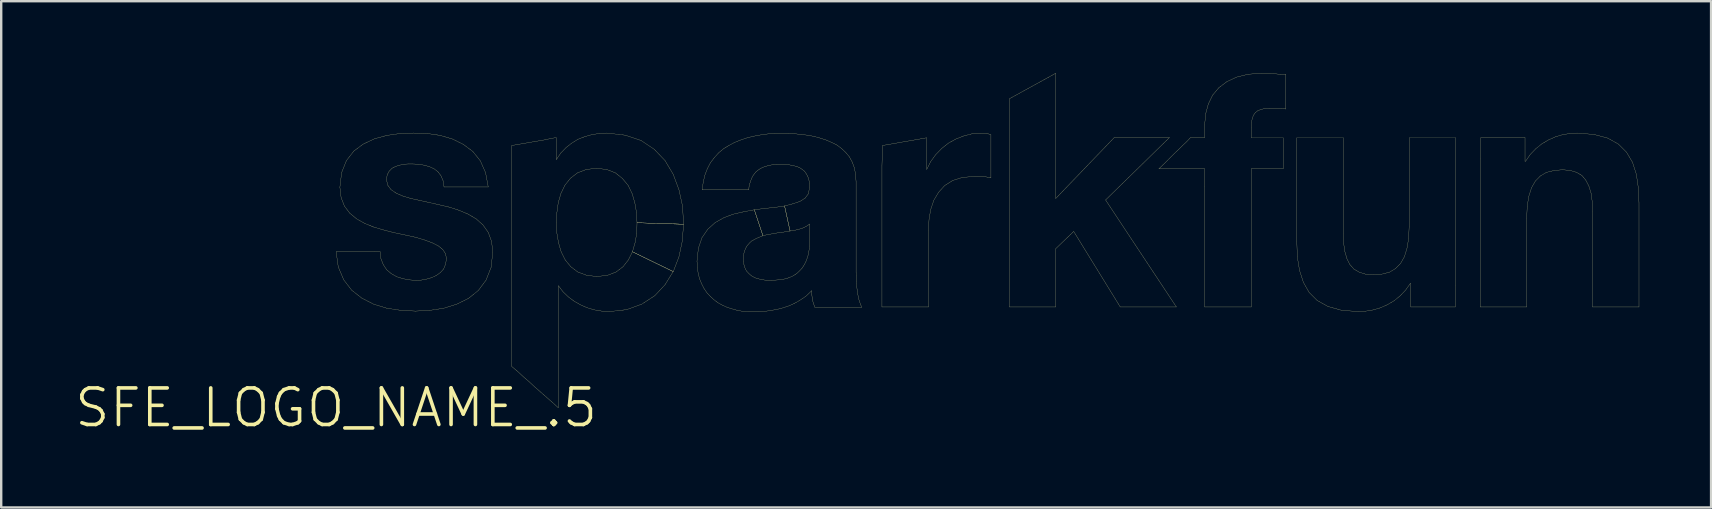
<source format=kicad_pcb>
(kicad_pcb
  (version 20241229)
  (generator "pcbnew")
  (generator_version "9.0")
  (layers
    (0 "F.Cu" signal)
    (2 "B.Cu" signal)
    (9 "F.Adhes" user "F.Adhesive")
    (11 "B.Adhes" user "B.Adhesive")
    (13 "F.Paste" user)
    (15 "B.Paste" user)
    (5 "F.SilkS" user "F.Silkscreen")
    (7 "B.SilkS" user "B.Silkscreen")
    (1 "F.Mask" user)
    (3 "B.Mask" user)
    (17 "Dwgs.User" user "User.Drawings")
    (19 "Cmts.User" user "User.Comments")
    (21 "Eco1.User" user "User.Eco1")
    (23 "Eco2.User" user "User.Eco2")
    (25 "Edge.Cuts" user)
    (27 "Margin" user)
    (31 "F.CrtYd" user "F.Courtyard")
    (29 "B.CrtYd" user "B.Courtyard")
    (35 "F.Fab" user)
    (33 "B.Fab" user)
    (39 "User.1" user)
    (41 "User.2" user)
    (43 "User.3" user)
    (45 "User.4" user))
  (footprint "SFE_LOGO_NAME_.5"
    (layer "F.Cu")
    (at 10.958 13.943)
    (property "Reference" "SFE_LOGO_NAME_.5" (at 0 0 0) (layer "F.SilkS") (effects (font (size 1.524 1.524) (thickness 0.15))))
    (attr exclude_from_pos_files exclude_from_bom)
    (fp_line (start 0 -6.5) (end 1.608 -6.5) (stroke (width 0.008) (type solid)) (layer "F.SilkS"))
    (fp_line (start 0.089 -5.87) (end 0 -6.5) (stroke (width 0.008) (type solid)) (layer "F.SilkS"))
    (fp_line (start 0.157 -9.19) (end 0.229 -9.799) (stroke (width 0.008) (type solid)) (layer "F.SilkS"))
    (fp_line (start 0.208 -8.758) (end 0.157 -9.19) (stroke (width 0.008) (type solid)) (layer "F.SilkS"))
    (fp_line (start 0.229 -9.799) (end 0.429 -10.3) (stroke (width 0.008) (type solid)) (layer "F.SilkS"))
    (fp_line (start 0.318 -5.329) (end 0.089 -5.87) (stroke (width 0.008) (type solid)) (layer "F.SilkS"))
    (fp_line (start 0.348 -8.4) (end 0.208 -8.758) (stroke (width 0.008) (type solid)) (layer "F.SilkS"))
    (fp_line (start 0.429 -10.3) (end 0.739 -10.698) (stroke (width 0.008) (type solid)) (layer "F.SilkS"))
    (fp_line (start 0.569 -8.108) (end 0.348 -8.4) (stroke (width 0.008) (type solid)) (layer "F.SilkS"))
    (fp_line (start 0.648 -4.9) (end 0.318 -5.329) (stroke (width 0.008) (type solid)) (layer "F.SilkS"))
    (fp_line (start 0.739 -10.698) (end 1.128 -10.988) (stroke (width 0.008) (type solid)) (layer "F.SilkS"))
    (fp_line (start 0.859 -7.869) (end 0.569 -8.108) (stroke (width 0.008) (type solid)) (layer "F.SilkS"))
    (fp_line (start 1.069 -4.569) (end 0.648 -4.9) (stroke (width 0.008) (type solid)) (layer "F.SilkS"))
    (fp_line (start 1.128 -10.988) (end 1.598 -11.209) (stroke (width 0.008) (type solid)) (layer "F.SilkS"))
    (fp_line (start 1.199 -7.678) (end 0.859 -7.869) (stroke (width 0.008) (type solid)) (layer "F.SilkS"))
    (fp_line (start 1.56 -4.318) (end 1.069 -4.569) (stroke (width 0.008) (type solid)) (layer "F.SilkS"))
    (fp_line (start 1.57 -7.529) (end 1.199 -7.678) (stroke (width 0.008) (type solid)) (layer "F.SilkS"))
    (fp_line (start 1.598 -11.209) (end 2.108 -11.349) (stroke (width 0.008) (type solid)) (layer "F.SilkS"))
    (fp_line (start 1.608 -6.5) (end 1.839 -6.5) (stroke (width 0.008) (type solid)) (layer "F.SilkS"))
    (fp_line (start 1.839 -6.5) (end 1.869 -6.208) (stroke (width 0.008) (type solid)) (layer "F.SilkS"))
    (fp_line (start 1.869 -6.208) (end 1.968 -5.959) (stroke (width 0.008) (type solid)) (layer "F.SilkS"))
    (fp_line (start 1.968 -5.959) (end 2.108 -5.748) (stroke (width 0.008) (type solid)) (layer "F.SilkS"))
    (fp_line (start 1.979 -7.409) (end 1.57 -7.529) (stroke (width 0.008) (type solid)) (layer "F.SilkS"))
    (fp_line (start 2.098 -9.51) (end 2.149 -9.279) (stroke (width 0.008) (type solid)) (layer "F.SilkS"))
    (fp_line (start 2.108 -11.349) (end 2.67 -11.43) (stroke (width 0.008) (type solid)) (layer "F.SilkS"))
    (fp_line (start 2.108 -5.748) (end 2.299 -5.588) (stroke (width 0.008) (type solid)) (layer "F.SilkS"))
    (fp_line (start 2.108 -4.148) (end 1.56 -4.318) (stroke (width 0.008) (type solid)) (layer "F.SilkS"))
    (fp_line (start 2.129 -9.708) (end 2.098 -9.51) (stroke (width 0.008) (type solid)) (layer "F.SilkS"))
    (fp_line (start 2.149 -9.279) (end 2.289 -9.088) (stroke (width 0.008) (type solid)) (layer "F.SilkS"))
    (fp_line (start 2.21 -9.858) (end 2.129 -9.708) (stroke (width 0.008) (type solid)) (layer "F.SilkS"))
    (fp_line (start 2.289 -9.088) (end 2.51 -8.938) (stroke (width 0.008) (type solid)) (layer "F.SilkS"))
    (fp_line (start 2.299 -5.588) (end 2.53 -5.458) (stroke (width 0.008) (type solid)) (layer "F.SilkS"))
    (fp_line (start 2.329 -9.98) (end 2.21 -9.858) (stroke (width 0.008) (type solid)) (layer "F.SilkS"))
    (fp_line (start 2.398 -7.3) (end 1.979 -7.409) (stroke (width 0.008) (type solid)) (layer "F.SilkS"))
    (fp_line (start 2.479 -10.058) (end 2.329 -9.98) (stroke (width 0.008) (type solid)) (layer "F.SilkS"))
    (fp_line (start 2.51 -8.938) (end 2.789 -8.819) (stroke (width 0.008) (type solid)) (layer "F.SilkS"))
    (fp_line (start 2.53 -5.458) (end 2.779 -5.38) (stroke (width 0.008) (type solid)) (layer "F.SilkS"))
    (fp_line (start 2.649 -10.109) (end 2.479 -10.058) (stroke (width 0.008) (type solid)) (layer "F.SilkS"))
    (fp_line (start 2.67 -11.43) (end 3.228 -11.448) (stroke (width 0.008) (type solid)) (layer "F.SilkS"))
    (fp_line (start 2.697 -4.059) (end 2.108 -4.148) (stroke (width 0.008) (type solid)) (layer "F.SilkS"))
    (fp_line (start 2.779 -5.38) (end 3.048 -5.329) (stroke (width 0.008) (type solid)) (layer "F.SilkS"))
    (fp_line (start 2.789 -8.819) (end 3.119 -8.72) (stroke (width 0.008) (type solid)) (layer "F.SilkS"))
    (fp_line (start 2.83 -10.15) (end 2.649 -10.109) (stroke (width 0.008) (type solid)) (layer "F.SilkS"))
    (fp_line (start 2.888 -7.198) (end 2.398 -7.3) (stroke (width 0.008) (type solid)) (layer "F.SilkS"))
    (fp_line (start 3.01 -10.16) (end 2.83 -10.15) (stroke (width 0.008) (type solid)) (layer "F.SilkS"))
    (fp_line (start 3.048 -5.329) (end 3.33 -5.309) (stroke (width 0.008) (type solid)) (layer "F.SilkS"))
    (fp_line (start 3.119 -8.72) (end 3.49 -8.639) (stroke (width 0.008) (type solid)) (layer "F.SilkS"))
    (fp_line (start 3.178 -10.16) (end 3.01 -10.16) (stroke (width 0.008) (type solid)) (layer "F.SilkS"))
    (fp_line (start 3.228 -11.448) (end 3.8 -11.43) (stroke (width 0.008) (type solid)) (layer "F.SilkS"))
    (fp_line (start 3.31 -4.028) (end 2.697 -4.059) (stroke (width 0.008) (type solid)) (layer "F.SilkS"))
    (fp_line (start 3.33 -7.099) (end 2.888 -7.198) (stroke (width 0.008) (type solid)) (layer "F.SilkS"))
    (fp_line (start 3.33 -5.309) (end 3.538 -5.319) (stroke (width 0.008) (type solid)) (layer "F.SilkS"))
    (fp_line (start 3.429 -10.15) (end 3.178 -10.16) (stroke (width 0.008) (type solid)) (layer "F.SilkS"))
    (fp_line (start 3.49 -8.639) (end 3.889 -8.55) (stroke (width 0.008) (type solid)) (layer "F.SilkS"))
    (fp_line (start 3.538 -5.319) (end 3.759 -5.359) (stroke (width 0.008) (type solid)) (layer "F.SilkS"))
    (fp_line (start 3.668 -10.109) (end 3.429 -10.15) (stroke (width 0.008) (type solid)) (layer "F.SilkS"))
    (fp_line (start 3.698 -6.988) (end 3.33 -7.099) (stroke (width 0.008) (type solid)) (layer "F.SilkS"))
    (fp_line (start 3.759 -5.359) (end 3.967 -5.418) (stroke (width 0.008) (type solid)) (layer "F.SilkS"))
    (fp_line (start 3.8 -11.43) (end 4.338 -11.349) (stroke (width 0.008) (type solid)) (layer "F.SilkS"))
    (fp_line (start 3.889 -10.048) (end 3.668 -10.109) (stroke (width 0.008) (type solid)) (layer "F.SilkS"))
    (fp_line (start 3.889 -8.55) (end 4.298 -8.458) (stroke (width 0.008) (type solid)) (layer "F.SilkS"))
    (fp_line (start 3.909 -4.059) (end 3.31 -4.028) (stroke (width 0.008) (type solid)) (layer "F.SilkS"))
    (fp_line (start 3.967 -5.418) (end 4.168 -5.509) (stroke (width 0.008) (type solid)) (layer "F.SilkS"))
    (fp_line (start 4.018 -6.868) (end 3.698 -6.988) (stroke (width 0.008) (type solid)) (layer "F.SilkS"))
    (fp_line (start 4.079 -9.959) (end 3.889 -10.048) (stroke (width 0.008) (type solid)) (layer "F.SilkS"))
    (fp_line (start 4.168 -5.509) (end 4.338 -5.629) (stroke (width 0.008) (type solid)) (layer "F.SilkS"))
    (fp_line (start 4.239 -9.84) (end 4.079 -9.959) (stroke (width 0.008) (type solid)) (layer "F.SilkS"))
    (fp_line (start 4.27 -6.739) (end 4.018 -6.868) (stroke (width 0.008) (type solid)) (layer "F.SilkS"))
    (fp_line (start 4.298 -8.458) (end 4.719 -8.359) (stroke (width 0.008) (type solid)) (layer "F.SilkS"))
    (fp_line (start 4.338 -11.349) (end 4.849 -11.199) (stroke (width 0.008) (type solid)) (layer "F.SilkS"))
    (fp_line (start 4.338 -5.629) (end 4.478 -5.779) (stroke (width 0.008) (type solid)) (layer "F.SilkS"))
    (fp_line (start 4.369 -9.67) (end 4.239 -9.84) (stroke (width 0.008) (type solid)) (layer "F.SilkS"))
    (fp_line (start 4.448 -6.589) (end 4.27 -6.739) (stroke (width 0.008) (type solid)) (layer "F.SilkS"))
    (fp_line (start 4.458 -9.459) (end 4.369 -9.67) (stroke (width 0.008) (type solid)) (layer "F.SilkS"))
    (fp_line (start 4.478 -5.779) (end 4.559 -5.979) (stroke (width 0.008) (type solid)) (layer "F.SilkS"))
    (fp_line (start 4.488 -4.148) (end 3.909 -4.059) (stroke (width 0.008) (type solid)) (layer "F.SilkS"))
    (fp_line (start 4.498 -9.2) (end 4.458 -9.459) (stroke (width 0.008) (type solid)) (layer "F.SilkS"))
    (fp_line (start 4.559 -6.419) (end 4.448 -6.589) (stroke (width 0.008) (type solid)) (layer "F.SilkS"))
    (fp_line (start 4.559 -5.979) (end 4.6 -6.208) (stroke (width 0.008) (type solid)) (layer "F.SilkS"))
    (fp_line (start 4.6 -6.208) (end 4.559 -6.419) (stroke (width 0.008) (type solid)) (layer "F.SilkS"))
    (fp_line (start 4.719 -8.359) (end 5.118 -8.23) (stroke (width 0.008) (type solid)) (layer "F.SilkS"))
    (fp_line (start 4.849 -11.199) (end 5.298 -10.978) (stroke (width 0.008) (type solid)) (layer "F.SilkS"))
    (fp_line (start 5.029 -4.318) (end 4.488 -4.148) (stroke (width 0.008) (type solid)) (layer "F.SilkS"))
    (fp_line (start 5.118 -8.23) (end 5.499 -8.07) (stroke (width 0.008) (type solid)) (layer "F.SilkS"))
    (fp_line (start 5.298 -10.978) (end 5.7 -10.678) (stroke (width 0.008) (type solid)) (layer "F.SilkS"))
    (fp_line (start 5.499 -8.07) (end 5.839 -7.869) (stroke (width 0.008) (type solid)) (layer "F.SilkS"))
    (fp_line (start 5.519 -4.559) (end 5.029 -4.318) (stroke (width 0.008) (type solid)) (layer "F.SilkS"))
    (fp_line (start 5.7 -10.678) (end 6.01 -10.29) (stroke (width 0.008) (type solid)) (layer "F.SilkS"))
    (fp_line (start 5.839 -7.869) (end 6.119 -7.62) (stroke (width 0.008) (type solid)) (layer "F.SilkS"))
    (fp_line (start 5.928 -4.889) (end 5.519 -4.559) (stroke (width 0.008) (type solid)) (layer "F.SilkS"))
    (fp_line (start 6.01 -10.29) (end 6.228 -9.799) (stroke (width 0.008) (type solid)) (layer "F.SilkS"))
    (fp_line (start 6.119 -7.62) (end 6.34 -7.308) (stroke (width 0.008) (type solid)) (layer "F.SilkS"))
    (fp_line (start 6.228 -9.799) (end 6.34 -9.2) (stroke (width 0.008) (type solid)) (layer "F.SilkS"))
    (fp_line (start 6.248 -5.319) (end 5.928 -4.889) (stroke (width 0.008) (type solid)) (layer "F.SilkS"))
    (fp_line (start 6.34 -9.2) (end 4.498 -9.2) (stroke (width 0.008) (type solid)) (layer "F.SilkS"))
    (fp_line (start 6.34 -7.308) (end 6.48 -6.929) (stroke (width 0.008) (type solid)) (layer "F.SilkS"))
    (fp_line (start 6.459 -5.85) (end 6.248 -5.319) (stroke (width 0.008) (type solid)) (layer "F.SilkS"))
    (fp_line (start 6.48 -6.929) (end 6.528 -6.48) (stroke (width 0.008) (type solid)) (layer "F.SilkS"))
    (fp_line (start 6.528 -6.48) (end 6.459 -5.85) (stroke (width 0.008) (type solid)) (layer "F.SilkS"))
    (fp_line (start 7.318 -10.93) (end 7.549 -10.968) (stroke (width 0.008) (type solid)) (layer "F.SilkS"))
    (fp_line (start 7.318 -1.72) (end 7.318 -10.93) (stroke (width 0.008) (type solid)) (layer "F.SilkS"))
    (fp_line (start 7.549 -10.968) (end 7.777 -11.008) (stroke (width 0.008) (type solid)) (layer "F.SilkS"))
    (fp_line (start 7.569 -1.509) (end 7.318 -1.72) (stroke (width 0.008) (type solid)) (layer "F.SilkS"))
    (fp_line (start 7.777 -11.008) (end 8.019 -11.049) (stroke (width 0.008) (type solid)) (layer "F.SilkS"))
    (fp_line (start 7.808 -1.288) (end 7.569 -1.509) (stroke (width 0.008) (type solid)) (layer "F.SilkS"))
    (fp_line (start 8.019 -11.049) (end 8.25 -11.09) (stroke (width 0.008) (type solid)) (layer "F.SilkS"))
    (fp_line (start 8.049 -1.079) (end 7.808 -1.288) (stroke (width 0.008) (type solid)) (layer "F.SilkS"))
    (fp_line (start 8.25 -11.09) (end 8.479 -11.128) (stroke (width 0.008) (type solid)) (layer "F.SilkS"))
    (fp_line (start 8.288 -0.859) (end 8.049 -1.079) (stroke (width 0.008) (type solid)) (layer "F.SilkS"))
    (fp_line (start 8.479 -11.128) (end 8.71 -11.168) (stroke (width 0.008) (type solid)) (layer "F.SilkS"))
    (fp_line (start 8.529 -0.648) (end 8.288 -0.859) (stroke (width 0.008) (type solid)) (layer "F.SilkS"))
    (fp_line (start 8.71 -11.168) (end 8.938 -11.219) (stroke (width 0.008) (type solid)) (layer "F.SilkS"))
    (fp_line (start 8.778 -0.429) (end 8.529 -0.648) (stroke (width 0.008) (type solid)) (layer "F.SilkS"))
    (fp_line (start 8.938 -11.219) (end 9.169 -11.26) (stroke (width 0.008) (type solid)) (layer "F.SilkS"))
    (fp_line (start 9.02 -0.218) (end 8.778 -0.429) (stroke (width 0.008) (type solid)) (layer "F.SilkS"))
    (fp_line (start 9.169 -11.26) (end 9.169 -10.348) (stroke (width 0.008) (type solid)) (layer "F.SilkS"))
    (fp_line (start 9.169 -10.348) (end 9.18 -10.348) (stroke (width 0.008) (type solid)) (layer "F.SilkS"))
    (fp_line (start 9.18 -10.348) (end 9.368 -10.62) (stroke (width 0.008) (type solid)) (layer "F.SilkS"))
    (fp_line (start 9.18 -7.709) (end 9.2 -7.28) (stroke (width 0.008) (type solid)) (layer "F.SilkS"))
    (fp_line (start 9.2 -8.128) (end 9.18 -7.709) (stroke (width 0.008) (type solid)) (layer "F.SilkS"))
    (fp_line (start 9.2 -7.28) (end 9.268 -6.878) (stroke (width 0.008) (type solid)) (layer "F.SilkS"))
    (fp_line (start 9.258 -8.55) (end 9.2 -8.128) (stroke (width 0.008) (type solid)) (layer "F.SilkS"))
    (fp_line (start 9.258 -5.08) (end 9.258 0) (stroke (width 0.008) (type solid)) (layer "F.SilkS"))
    (fp_line (start 9.258 0) (end 9.02 -0.218) (stroke (width 0.008) (type solid)) (layer "F.SilkS"))
    (fp_line (start 9.268 -6.878) (end 9.378 -6.5) (stroke (width 0.008) (type solid)) (layer "F.SilkS"))
    (fp_line (start 9.268 -5.08) (end 9.258 -5.08) (stroke (width 0.008) (type solid)) (layer "F.SilkS"))
    (fp_line (start 9.368 -10.62) (end 9.588 -10.848) (stroke (width 0.008) (type solid)) (layer "F.SilkS"))
    (fp_line (start 9.368 -8.928) (end 9.258 -8.55) (stroke (width 0.008) (type solid)) (layer "F.SilkS"))
    (fp_line (start 9.378 -6.5) (end 9.548 -6.16) (stroke (width 0.008) (type solid)) (layer "F.SilkS"))
    (fp_line (start 9.459 -4.829) (end 9.268 -5.08) (stroke (width 0.008) (type solid)) (layer "F.SilkS"))
    (fp_line (start 9.538 -9.279) (end 9.368 -8.928) (stroke (width 0.008) (type solid)) (layer "F.SilkS"))
    (fp_line (start 9.548 -6.16) (end 9.779 -5.878) (stroke (width 0.008) (type solid)) (layer "F.SilkS"))
    (fp_line (start 9.588 -10.848) (end 9.82 -11.029) (stroke (width 0.008) (type solid)) (layer "F.SilkS"))
    (fp_line (start 9.68 -4.618) (end 9.459 -4.829) (stroke (width 0.008) (type solid)) (layer "F.SilkS"))
    (fp_line (start 9.769 -9.568) (end 9.538 -9.279) (stroke (width 0.008) (type solid)) (layer "F.SilkS"))
    (fp_line (start 9.779 -5.878) (end 10.069 -5.659) (stroke (width 0.008) (type solid)) (layer "F.SilkS"))
    (fp_line (start 9.82 -11.029) (end 10.079 -11.189) (stroke (width 0.008) (type solid)) (layer "F.SilkS"))
    (fp_line (start 9.919 -4.44) (end 9.68 -4.618) (stroke (width 0.008) (type solid)) (layer "F.SilkS"))
    (fp_line (start 10.058 -9.789) (end 9.769 -9.568) (stroke (width 0.008) (type solid)) (layer "F.SilkS"))
    (fp_line (start 10.069 -5.659) (end 10.439 -5.519) (stroke (width 0.008) (type solid)) (layer "F.SilkS"))
    (fp_line (start 10.079 -11.189) (end 10.358 -11.298) (stroke (width 0.008) (type solid)) (layer "F.SilkS"))
    (fp_line (start 10.188 -4.288) (end 9.919 -4.44) (stroke (width 0.008) (type solid)) (layer "F.SilkS"))
    (fp_line (start 10.358 -11.298) (end 10.648 -11.379) (stroke (width 0.008) (type solid)) (layer "F.SilkS"))
    (fp_line (start 10.419 -9.929) (end 10.058 -9.789) (stroke (width 0.008) (type solid)) (layer "F.SilkS"))
    (fp_line (start 10.439 -5.519) (end 10.869 -5.469) (stroke (width 0.008) (type solid)) (layer "F.SilkS"))
    (fp_line (start 10.46 -4.168) (end 10.188 -4.288) (stroke (width 0.008) (type solid)) (layer "F.SilkS"))
    (fp_line (start 10.648 -11.379) (end 10.958 -11.43) (stroke (width 0.008) (type solid)) (layer "F.SilkS"))
    (fp_line (start 10.759 -4.079) (end 10.46 -4.168) (stroke (width 0.008) (type solid)) (layer "F.SilkS"))
    (fp_line (start 10.848 -9.98) (end 10.419 -9.929) (stroke (width 0.008) (type solid)) (layer "F.SilkS"))
    (fp_line (start 10.869 -5.469) (end 11.308 -5.519) (stroke (width 0.008) (type solid)) (layer "F.SilkS"))
    (fp_line (start 10.958 -11.43) (end 11.278 -11.448) (stroke (width 0.008) (type solid)) (layer "F.SilkS"))
    (fp_line (start 11.069 -4.028) (end 10.759 -4.079) (stroke (width 0.008) (type solid)) (layer "F.SilkS"))
    (fp_line (start 11.278 -11.448) (end 12.05 -11.359) (stroke (width 0.008) (type solid)) (layer "F.SilkS"))
    (fp_line (start 11.278 -9.929) (end 10.848 -9.98) (stroke (width 0.008) (type solid)) (layer "F.SilkS"))
    (fp_line (start 11.308 -5.519) (end 11.669 -5.659) (stroke (width 0.008) (type solid)) (layer "F.SilkS"))
    (fp_line (start 11.389 -4.008) (end 11.069 -4.028) (stroke (width 0.008) (type solid)) (layer "F.SilkS"))
    (fp_line (start 11.638 -9.789) (end 11.278 -9.929) (stroke (width 0.008) (type solid)) (layer "F.SilkS"))
    (fp_line (start 11.669 -5.659) (end 11.958 -5.878) (stroke (width 0.008) (type solid)) (layer "F.SilkS"))
    (fp_line (start 11.928 -9.558) (end 11.638 -9.789) (stroke (width 0.008) (type solid)) (layer "F.SilkS"))
    (fp_line (start 11.958 -5.878) (end 12.179 -6.16) (stroke (width 0.008) (type solid)) (layer "F.SilkS"))
    (fp_line (start 12.05 -11.359) (end 12.708 -11.138) (stroke (width 0.008) (type solid)) (layer "F.SilkS"))
    (fp_line (start 12.108 -4.089) (end 11.389 -4.008) (stroke (width 0.008) (type solid)) (layer "F.SilkS"))
    (fp_line (start 12.169 -9.268) (end 11.928 -9.558) (stroke (width 0.008) (type solid)) (layer "F.SilkS"))
    (fp_line (start 12.179 -6.16) (end 12.349 -6.5) (stroke (width 0.008) (type solid)) (layer "F.SilkS"))
    (fp_line (start 12.339 -8.918) (end 12.169 -9.268) (stroke (width 0.008) (type solid)) (layer "F.SilkS"))
    (fp_line (start 12.349 -6.5) (end 12.459 -6.878) (stroke (width 0.008) (type solid)) (layer "F.SilkS"))
    (fp_line (start 12.349 -6.5) (end 14.049 -5.679) (stroke (width 0.008) (type solid)) (layer "F.SilkS"))
    (fp_line (start 12.449 -8.539) (end 12.339 -8.918) (stroke (width 0.008) (type solid)) (layer "F.SilkS"))
    (fp_line (start 12.459 -6.878) (end 12.53 -7.28) (stroke (width 0.008) (type solid)) (layer "F.SilkS"))
    (fp_line (start 12.52 -8.128) (end 12.449 -8.539) (stroke (width 0.008) (type solid)) (layer "F.SilkS"))
    (fp_line (start 12.53 -7.28) (end 12.54 -7.709) (stroke (width 0.008) (type solid)) (layer "F.SilkS"))
    (fp_line (start 12.54 -7.709) (end 12.52 -8.128) (stroke (width 0.008) (type solid)) (layer "F.SilkS"))
    (fp_line (start 12.54 -7.709) (end 14.478 -7.648) (stroke (width 0.008) (type solid)) (layer "F.SilkS"))
    (fp_line (start 12.708 -11.138) (end 13.259 -10.77) (stroke (width 0.008) (type solid)) (layer "F.SilkS"))
    (fp_line (start 12.738 -4.318) (end 12.108 -4.089) (stroke (width 0.008) (type solid)) (layer "F.SilkS"))
    (fp_line (start 13.259 -10.77) (end 13.708 -10.3) (stroke (width 0.008) (type solid)) (layer "F.SilkS"))
    (fp_line (start 13.279 -4.669) (end 12.738 -4.318) (stroke (width 0.008) (type solid)) (layer "F.SilkS"))
    (fp_line (start 13.708 -10.3) (end 14.049 -9.728) (stroke (width 0.008) (type solid)) (layer "F.SilkS"))
    (fp_line (start 13.708 -5.128) (end 13.279 -4.669) (stroke (width 0.008) (type solid)) (layer "F.SilkS"))
    (fp_line (start 14.049 -9.728) (end 14.287 -9.088) (stroke (width 0.008) (type solid)) (layer "F.SilkS"))
    (fp_line (start 14.049 -5.679) (end 13.708 -5.128) (stroke (width 0.008) (type solid)) (layer "F.SilkS"))
    (fp_line (start 14.049 -5.669) (end 12.349 -6.5) (stroke (width 0.008) (type solid)) (layer "F.SilkS"))
    (fp_line (start 14.287 -9.088) (end 14.44 -8.39) (stroke (width 0.008) (type solid)) (layer "F.SilkS"))
    (fp_line (start 14.287 -6.289) (end 14.049 -5.669) (stroke (width 0.008) (type solid)) (layer "F.SilkS"))
    (fp_line (start 14.43 -6.96) (end 14.287 -6.289) (stroke (width 0.008) (type solid)) (layer "F.SilkS"))
    (fp_line (start 14.44 -8.39) (end 14.478 -7.648) (stroke (width 0.008) (type solid)) (layer "F.SilkS"))
    (fp_line (start 14.478 -7.648) (end 12.54 -7.709) (stroke (width 0.008) (type solid)) (layer "F.SilkS"))
    (fp_line (start 14.478 -7.648) (end 14.43 -6.96) (stroke (width 0.008) (type solid)) (layer "F.SilkS"))
    (fp_line (start 15.039 -6.109) (end 15.098 -6.65) (stroke (width 0.008) (type solid)) (layer "F.SilkS"))
    (fp_line (start 15.06 -5.839) (end 15.039 -6.109) (stroke (width 0.008) (type solid)) (layer "F.SilkS"))
    (fp_line (start 15.088 -5.598) (end 15.06 -5.839) (stroke (width 0.008) (type solid)) (layer "F.SilkS"))
    (fp_line (start 15.098 -6.65) (end 15.248 -7.089) (stroke (width 0.008) (type solid)) (layer "F.SilkS"))
    (fp_line (start 15.149 -5.37) (end 15.088 -5.598) (stroke (width 0.008) (type solid)) (layer "F.SilkS"))
    (fp_line (start 15.23 -5.169) (end 15.149 -5.37) (stroke (width 0.008) (type solid)) (layer "F.SilkS"))
    (fp_line (start 15.248 -7.089) (end 15.489 -7.44) (stroke (width 0.008) (type solid)) (layer "F.SilkS"))
    (fp_line (start 15.258 -9.078) (end 15.298 -9.398) (stroke (width 0.008) (type solid)) (layer "F.SilkS"))
    (fp_line (start 15.298 -9.398) (end 15.37 -9.698) (stroke (width 0.008) (type solid)) (layer "F.SilkS"))
    (fp_line (start 15.329 -4.978) (end 15.23 -5.169) (stroke (width 0.008) (type solid)) (layer "F.SilkS"))
    (fp_line (start 15.37 -9.698) (end 15.469 -9.959) (stroke (width 0.008) (type solid)) (layer "F.SilkS"))
    (fp_line (start 15.448 -4.798) (end 15.329 -4.978) (stroke (width 0.008) (type solid)) (layer "F.SilkS"))
    (fp_line (start 15.469 -9.959) (end 15.598 -10.208) (stroke (width 0.008) (type solid)) (layer "F.SilkS"))
    (fp_line (start 15.489 -7.44) (end 15.799 -7.719) (stroke (width 0.008) (type solid)) (layer "F.SilkS"))
    (fp_line (start 15.588 -4.648) (end 15.448 -4.798) (stroke (width 0.008) (type solid)) (layer "F.SilkS"))
    (fp_line (start 15.598 -10.208) (end 15.758 -10.419) (stroke (width 0.008) (type solid)) (layer "F.SilkS"))
    (fp_line (start 15.738 -4.508) (end 15.588 -4.648) (stroke (width 0.008) (type solid)) (layer "F.SilkS"))
    (fp_line (start 15.758 -10.419) (end 15.938 -10.62) (stroke (width 0.008) (type solid)) (layer "F.SilkS"))
    (fp_line (start 15.799 -7.719) (end 16.159 -7.92) (stroke (width 0.008) (type solid)) (layer "F.SilkS"))
    (fp_line (start 15.908 -4.379) (end 15.738 -4.508) (stroke (width 0.008) (type solid)) (layer "F.SilkS"))
    (fp_line (start 15.938 -10.62) (end 16.139 -10.79) (stroke (width 0.008) (type solid)) (layer "F.SilkS"))
    (fp_line (start 16.088 -4.28) (end 15.908 -4.379) (stroke (width 0.008) (type solid)) (layer "F.SilkS"))
    (fp_line (start 16.139 -10.79) (end 16.368 -10.93) (stroke (width 0.008) (type solid)) (layer "F.SilkS"))
    (fp_line (start 16.159 -7.92) (end 16.558 -8.07) (stroke (width 0.008) (type solid)) (layer "F.SilkS"))
    (fp_line (start 16.289 -4.188) (end 16.088 -4.28) (stroke (width 0.008) (type solid)) (layer "F.SilkS"))
    (fp_line (start 16.368 -10.93) (end 16.609 -11.059) (stroke (width 0.008) (type solid)) (layer "F.SilkS"))
    (fp_line (start 16.5 -4.12) (end 16.289 -4.188) (stroke (width 0.008) (type solid)) (layer "F.SilkS"))
    (fp_line (start 16.558 -8.07) (end 16.988 -8.169) (stroke (width 0.008) (type solid)) (layer "F.SilkS"))
    (fp_line (start 16.609 -11.059) (end 16.858 -11.158) (stroke (width 0.008) (type solid)) (layer "F.SilkS"))
    (fp_line (start 16.718 -4.059) (end 16.5 -4.12) (stroke (width 0.008) (type solid)) (layer "F.SilkS"))
    (fp_line (start 16.858 -11.158) (end 17.13 -11.25) (stroke (width 0.008) (type solid)) (layer "F.SilkS"))
    (fp_line (start 16.949 -4.018) (end 16.718 -4.059) (stroke (width 0.008) (type solid)) (layer "F.SilkS"))
    (fp_line (start 16.98 -6.33) (end 16.98 -6.078) (stroke (width 0.008) (type solid)) (layer "F.SilkS"))
    (fp_line (start 16.98 -6.078) (end 16.998 -5.959) (stroke (width 0.008) (type solid)) (layer "F.SilkS"))
    (fp_line (start 16.988 -8.169) (end 17.429 -8.25) (stroke (width 0.008) (type solid)) (layer "F.SilkS"))
    (fp_line (start 16.998 -6.449) (end 16.98 -6.33) (stroke (width 0.008) (type solid)) (layer "F.SilkS"))
    (fp_line (start 16.998 -5.959) (end 17.028 -5.86) (stroke (width 0.008) (type solid)) (layer "F.SilkS"))
    (fp_line (start 17.028 -6.548) (end 16.998 -6.449) (stroke (width 0.008) (type solid)) (layer "F.SilkS"))
    (fp_line (start 17.028 -5.86) (end 17.069 -5.758) (stroke (width 0.008) (type solid)) (layer "F.SilkS"))
    (fp_line (start 17.069 -6.65) (end 17.028 -6.548) (stroke (width 0.008) (type solid)) (layer "F.SilkS"))
    (fp_line (start 17.069 -5.758) (end 17.12 -5.679) (stroke (width 0.008) (type solid)) (layer "F.SilkS"))
    (fp_line (start 17.12 -6.739) (end 17.069 -6.65) (stroke (width 0.008) (type solid)) (layer "F.SilkS"))
    (fp_line (start 17.12 -5.679) (end 17.188 -5.608) (stroke (width 0.008) (type solid)) (layer "F.SilkS"))
    (fp_line (start 17.13 -11.25) (end 17.409 -11.318) (stroke (width 0.008) (type solid)) (layer "F.SilkS"))
    (fp_line (start 17.178 -6.81) (end 17.12 -6.739) (stroke (width 0.008) (type solid)) (layer "F.SilkS"))
    (fp_line (start 17.188 -5.608) (end 17.259 -5.54) (stroke (width 0.008) (type solid)) (layer "F.SilkS"))
    (fp_line (start 17.198 -9.078) (end 15.258 -9.078) (stroke (width 0.008) (type solid)) (layer "F.SilkS"))
    (fp_line (start 17.198 -3.998) (end 16.949 -4.018) (stroke (width 0.008) (type solid)) (layer "F.SilkS"))
    (fp_line (start 17.209 -9.218) (end 17.198 -9.078) (stroke (width 0.008) (type solid)) (layer "F.SilkS"))
    (fp_line (start 17.239 -9.34) (end 17.209 -9.218) (stroke (width 0.008) (type solid)) (layer "F.SilkS"))
    (fp_line (start 17.249 -6.888) (end 17.178 -6.81) (stroke (width 0.008) (type solid)) (layer "F.SilkS"))
    (fp_line (start 17.259 -5.54) (end 17.328 -5.489) (stroke (width 0.008) (type solid)) (layer "F.SilkS"))
    (fp_line (start 17.28 -9.459) (end 17.239 -9.34) (stroke (width 0.008) (type solid)) (layer "F.SilkS"))
    (fp_line (start 17.318 -9.568) (end 17.28 -9.459) (stroke (width 0.008) (type solid)) (layer "F.SilkS"))
    (fp_line (start 17.318 -6.949) (end 17.249 -6.888) (stroke (width 0.008) (type solid)) (layer "F.SilkS"))
    (fp_line (start 17.328 -5.489) (end 17.419 -5.438) (stroke (width 0.008) (type solid)) (layer "F.SilkS"))
    (fp_line (start 17.369 -9.66) (end 17.318 -9.568) (stroke (width 0.008) (type solid)) (layer "F.SilkS"))
    (fp_line (start 17.409 -11.318) (end 17.689 -11.369) (stroke (width 0.008) (type solid)) (layer "F.SilkS"))
    (fp_line (start 17.409 -6.998) (end 17.318 -6.949) (stroke (width 0.008) (type solid)) (layer "F.SilkS"))
    (fp_line (start 17.419 -5.438) (end 17.508 -5.397) (stroke (width 0.008) (type solid)) (layer "F.SilkS"))
    (fp_line (start 17.429 -9.749) (end 17.369 -9.66) (stroke (width 0.008) (type solid)) (layer "F.SilkS"))
    (fp_line (start 17.429 -8.25) (end 17.788 -7.168) (stroke (width 0.008) (type solid)) (layer "F.SilkS"))
    (fp_line (start 17.429 -8.25) (end 17.869 -8.308) (stroke (width 0.008) (type solid)) (layer "F.SilkS"))
    (fp_line (start 17.498 -9.83) (end 17.429 -9.749) (stroke (width 0.008) (type solid)) (layer "F.SilkS"))
    (fp_line (start 17.498 -7.048) (end 17.409 -6.998) (stroke (width 0.008) (type solid)) (layer "F.SilkS"))
    (fp_line (start 17.508 -5.397) (end 17.61 -5.37) (stroke (width 0.008) (type solid)) (layer "F.SilkS"))
    (fp_line (start 17.579 -9.898) (end 17.498 -9.83) (stroke (width 0.008) (type solid)) (layer "F.SilkS"))
    (fp_line (start 17.59 -7.089) (end 17.498 -7.048) (stroke (width 0.008) (type solid)) (layer "F.SilkS"))
    (fp_line (start 17.61 -5.37) (end 17.709 -5.349) (stroke (width 0.008) (type solid)) (layer "F.SilkS"))
    (fp_line (start 17.61 -3.998) (end 17.198 -3.998) (stroke (width 0.008) (type solid)) (layer "F.SilkS"))
    (fp_line (start 17.668 -9.959) (end 17.579 -9.898) (stroke (width 0.008) (type solid)) (layer "F.SilkS"))
    (fp_line (start 17.689 -11.369) (end 17.978 -11.41) (stroke (width 0.008) (type solid)) (layer "F.SilkS"))
    (fp_line (start 17.689 -7.13) (end 17.59 -7.089) (stroke (width 0.008) (type solid)) (layer "F.SilkS"))
    (fp_line (start 17.709 -5.349) (end 17.818 -5.329) (stroke (width 0.008) (type solid)) (layer "F.SilkS"))
    (fp_line (start 17.76 -10.008) (end 17.668 -9.959) (stroke (width 0.008) (type solid)) (layer "F.SilkS"))
    (fp_line (start 17.77 -4.008) (end 17.61 -3.998) (stroke (width 0.008) (type solid)) (layer "F.SilkS"))
    (fp_line (start 17.788 -7.168) (end 17.429 -8.25) (stroke (width 0.008) (type solid)) (layer "F.SilkS"))
    (fp_line (start 17.788 -7.168) (end 17.689 -7.13) (stroke (width 0.008) (type solid)) (layer "F.SilkS"))
    (fp_line (start 17.818 -5.329) (end 17.93 -5.309) (stroke (width 0.008) (type solid)) (layer "F.SilkS"))
    (fp_line (start 17.859 -10.048) (end 17.76 -10.008) (stroke (width 0.008) (type solid)) (layer "F.SilkS"))
    (fp_line (start 17.869 -8.308) (end 18.288 -8.349) (stroke (width 0.008) (type solid)) (layer "F.SilkS"))
    (fp_line (start 17.899 -7.198) (end 17.788 -7.168) (stroke (width 0.008) (type solid)) (layer "F.SilkS"))
    (fp_line (start 17.93 -5.309) (end 18.158 -5.309) (stroke (width 0.008) (type solid)) (layer "F.SilkS"))
    (fp_line (start 17.937 -4.028) (end 17.77 -4.008) (stroke (width 0.008) (type solid)) (layer "F.SilkS"))
    (fp_line (start 17.968 -10.079) (end 17.859 -10.048) (stroke (width 0.008) (type solid)) (layer "F.SilkS"))
    (fp_line (start 17.978 -11.41) (end 18.278 -11.43) (stroke (width 0.008) (type solid)) (layer "F.SilkS"))
    (fp_line (start 18.009 -7.219) (end 17.899 -7.198) (stroke (width 0.008) (type solid)) (layer "F.SilkS"))
    (fp_line (start 18.09 -10.109) (end 17.968 -10.079) (stroke (width 0.008) (type solid)) (layer "F.SilkS"))
    (fp_line (start 18.098 -4.049) (end 17.937 -4.028) (stroke (width 0.008) (type solid)) (layer "F.SilkS"))
    (fp_line (start 18.118 -7.239) (end 18.009 -7.219) (stroke (width 0.008) (type solid)) (layer "F.SilkS"))
    (fp_line (start 18.158 -5.309) (end 18.428 -5.329) (stroke (width 0.008) (type solid)) (layer "F.SilkS"))
    (fp_line (start 18.209 -10.13) (end 18.09 -10.109) (stroke (width 0.008) (type solid)) (layer "F.SilkS"))
    (fp_line (start 18.23 -7.259) (end 18.118 -7.239) (stroke (width 0.008) (type solid)) (layer "F.SilkS"))
    (fp_line (start 18.258 -4.079) (end 18.098 -4.049) (stroke (width 0.008) (type solid)) (layer "F.SilkS"))
    (fp_line (start 18.278 -11.43) (end 18.839 -11.43) (stroke (width 0.008) (type solid)) (layer "F.SilkS"))
    (fp_line (start 18.288 -8.349) (end 18.689 -8.41) (stroke (width 0.008) (type solid)) (layer "F.SilkS"))
    (fp_line (start 18.339 -10.15) (end 18.209 -10.13) (stroke (width 0.008) (type solid)) (layer "F.SilkS"))
    (fp_line (start 18.349 -7.28) (end 18.23 -7.259) (stroke (width 0.008) (type solid)) (layer "F.SilkS"))
    (fp_line (start 18.418 -4.11) (end 18.258 -4.079) (stroke (width 0.008) (type solid)) (layer "F.SilkS"))
    (fp_line (start 18.428 -5.329) (end 18.659 -5.359) (stroke (width 0.008) (type solid)) (layer "F.SilkS"))
    (fp_line (start 18.458 -7.3) (end 18.349 -7.28) (stroke (width 0.008) (type solid)) (layer "F.SilkS"))
    (fp_line (start 18.57 -4.148) (end 18.418 -4.11) (stroke (width 0.008) (type solid)) (layer "F.SilkS"))
    (fp_line (start 18.578 -7.308) (end 18.458 -7.3) (stroke (width 0.008) (type solid)) (layer "F.SilkS"))
    (fp_line (start 18.659 -5.359) (end 18.87 -5.418) (stroke (width 0.008) (type solid)) (layer "F.SilkS"))
    (fp_line (start 18.689 -8.41) (end 18.918 -7.358) (stroke (width 0.008) (type solid)) (layer "F.SilkS"))
    (fp_line (start 18.689 -8.41) (end 19.03 -8.499) (stroke (width 0.008) (type solid)) (layer "F.SilkS"))
    (fp_line (start 18.689 -7.328) (end 18.578 -7.308) (stroke (width 0.008) (type solid)) (layer "F.SilkS"))
    (fp_line (start 18.73 -10.15) (end 18.339 -10.15) (stroke (width 0.008) (type solid)) (layer "F.SilkS"))
    (fp_line (start 18.73 -4.199) (end 18.57 -4.148) (stroke (width 0.008) (type solid)) (layer "F.SilkS"))
    (fp_line (start 18.809 -7.348) (end 18.689 -7.328) (stroke (width 0.008) (type solid)) (layer "F.SilkS"))
    (fp_line (start 18.839 -11.43) (end 19.108 -11.42) (stroke (width 0.008) (type solid)) (layer "F.SilkS"))
    (fp_line (start 18.849 -10.13) (end 18.73 -10.15) (stroke (width 0.008) (type solid)) (layer "F.SilkS"))
    (fp_line (start 18.87 -5.418) (end 19.05 -5.499) (stroke (width 0.008) (type solid)) (layer "F.SilkS"))
    (fp_line (start 18.88 -4.249) (end 18.73 -4.199) (stroke (width 0.008) (type solid)) (layer "F.SilkS"))
    (fp_line (start 18.918 -7.369) (end 18.689 -8.41) (stroke (width 0.008) (type solid)) (layer "F.SilkS"))
    (fp_line (start 18.918 -7.358) (end 18.809 -7.348) (stroke (width 0.008) (type solid)) (layer "F.SilkS"))
    (fp_line (start 18.959 -10.109) (end 18.849 -10.13) (stroke (width 0.008) (type solid)) (layer "F.SilkS"))
    (fp_line (start 19.03 -8.499) (end 19.329 -8.598) (stroke (width 0.008) (type solid)) (layer "F.SilkS"))
    (fp_line (start 19.03 -7.379) (end 18.918 -7.369) (stroke (width 0.008) (type solid)) (layer "F.SilkS"))
    (fp_line (start 19.03 -4.318) (end 18.88 -4.249) (stroke (width 0.008) (type solid)) (layer "F.SilkS"))
    (fp_line (start 19.05 -5.499) (end 19.2 -5.598) (stroke (width 0.008) (type solid)) (layer "F.SilkS"))
    (fp_line (start 19.068 -10.089) (end 18.959 -10.109) (stroke (width 0.008) (type solid)) (layer "F.SilkS"))
    (fp_line (start 19.108 -11.42) (end 19.378 -11.389) (stroke (width 0.008) (type solid)) (layer "F.SilkS"))
    (fp_line (start 19.129 -7.399) (end 19.03 -7.379) (stroke (width 0.008) (type solid)) (layer "F.SilkS"))
    (fp_line (start 19.169 -10.058) (end 19.068 -10.089) (stroke (width 0.008) (type solid)) (layer "F.SilkS"))
    (fp_line (start 19.169 -4.389) (end 19.03 -4.318) (stroke (width 0.008) (type solid)) (layer "F.SilkS"))
    (fp_line (start 19.2 -5.598) (end 19.319 -5.71) (stroke (width 0.008) (type solid)) (layer "F.SilkS"))
    (fp_line (start 19.238 -7.429) (end 19.129 -7.399) (stroke (width 0.008) (type solid)) (layer "F.SilkS"))
    (fp_line (start 19.268 -10.028) (end 19.169 -10.058) (stroke (width 0.008) (type solid)) (layer "F.SilkS"))
    (fp_line (start 19.309 -4.468) (end 19.169 -4.389) (stroke (width 0.008) (type solid)) (layer "F.SilkS"))
    (fp_line (start 19.319 -5.71) (end 19.428 -5.829) (stroke (width 0.008) (type solid)) (layer "F.SilkS"))
    (fp_line (start 19.329 -8.598) (end 19.548 -8.738) (stroke (width 0.008) (type solid)) (layer "F.SilkS"))
    (fp_line (start 19.329 -7.45) (end 19.238 -7.429) (stroke (width 0.008) (type solid)) (layer "F.SilkS"))
    (fp_line (start 19.36 -9.98) (end 19.268 -10.028) (stroke (width 0.008) (type solid)) (layer "F.SilkS"))
    (fp_line (start 19.378 -11.389) (end 19.649 -11.359) (stroke (width 0.008) (type solid)) (layer "F.SilkS"))
    (fp_line (start 19.418 -7.478) (end 19.329 -7.45) (stroke (width 0.008) (type solid)) (layer "F.SilkS"))
    (fp_line (start 19.428 -5.829) (end 19.51 -5.959) (stroke (width 0.008) (type solid)) (layer "F.SilkS"))
    (fp_line (start 19.439 -9.919) (end 19.36 -9.98) (stroke (width 0.008) (type solid)) (layer "F.SilkS"))
    (fp_line (start 19.449 -4.559) (end 19.309 -4.468) (stroke (width 0.008) (type solid)) (layer "F.SilkS"))
    (fp_line (start 19.51 -7.518) (end 19.418 -7.478) (stroke (width 0.008) (type solid)) (layer "F.SilkS"))
    (fp_line (start 19.51 -5.959) (end 19.578 -6.088) (stroke (width 0.008) (type solid)) (layer "F.SilkS"))
    (fp_line (start 19.52 -9.858) (end 19.439 -9.919) (stroke (width 0.008) (type solid)) (layer "F.SilkS"))
    (fp_line (start 19.548 -8.738) (end 19.688 -8.928) (stroke (width 0.008) (type solid)) (layer "F.SilkS"))
    (fp_line (start 19.578 -9.779) (end 19.52 -9.858) (stroke (width 0.008) (type solid)) (layer "F.SilkS"))
    (fp_line (start 19.578 -6.088) (end 19.629 -6.228) (stroke (width 0.008) (type solid)) (layer "F.SilkS"))
    (fp_line (start 19.578 -4.648) (end 19.449 -4.559) (stroke (width 0.008) (type solid)) (layer "F.SilkS"))
    (fp_line (start 19.588 -7.559) (end 19.51 -7.518) (stroke (width 0.008) (type solid)) (layer "F.SilkS"))
    (fp_line (start 19.629 -9.688) (end 19.578 -9.779) (stroke (width 0.008) (type solid)) (layer "F.SilkS"))
    (fp_line (start 19.629 -6.228) (end 19.67 -6.358) (stroke (width 0.008) (type solid)) (layer "F.SilkS"))
    (fp_line (start 19.649 -11.359) (end 19.919 -11.308) (stroke (width 0.008) (type solid)) (layer "F.SilkS"))
    (fp_line (start 19.66 -7.6) (end 19.588 -7.559) (stroke (width 0.008) (type solid)) (layer "F.SilkS"))
    (fp_line (start 19.67 -6.358) (end 19.698 -6.5) (stroke (width 0.008) (type solid)) (layer "F.SilkS"))
    (fp_line (start 19.68 -9.578) (end 19.629 -9.688) (stroke (width 0.008) (type solid)) (layer "F.SilkS"))
    (fp_line (start 19.688 -8.928) (end 19.728 -9.19) (stroke (width 0.008) (type solid)) (layer "F.SilkS"))
    (fp_line (start 19.698 -6.5) (end 19.718 -6.619) (stroke (width 0.008) (type solid)) (layer "F.SilkS"))
    (fp_line (start 19.698 -4.76) (end 19.578 -4.648) (stroke (width 0.008) (type solid)) (layer "F.SilkS"))
    (fp_line (start 19.708 -9.469) (end 19.68 -9.578) (stroke (width 0.008) (type solid)) (layer "F.SilkS"))
    (fp_line (start 19.718 -6.619) (end 19.728 -6.739) (stroke (width 0.008) (type solid)) (layer "F.SilkS"))
    (fp_line (start 19.728 -9.34) (end 19.708 -9.469) (stroke (width 0.008) (type solid)) (layer "F.SilkS"))
    (fp_line (start 19.728 -9.19) (end 19.728 -9.34) (stroke (width 0.008) (type solid)) (layer "F.SilkS"))
    (fp_line (start 19.728 -7.658) (end 19.66 -7.6) (stroke (width 0.008) (type solid)) (layer "F.SilkS"))
    (fp_line (start 19.728 -6.739) (end 19.728 -7.658) (stroke (width 0.008) (type solid)) (layer "F.SilkS"))
    (fp_line (start 19.82 -4.879) (end 19.698 -4.76) (stroke (width 0.008) (type solid)) (layer "F.SilkS"))
    (fp_line (start 19.82 -4.74) (end 19.82 -4.879) (stroke (width 0.008) (type solid)) (layer "F.SilkS"))
    (fp_line (start 19.83 -4.699) (end 19.82 -4.74) (stroke (width 0.008) (type solid)) (layer "F.SilkS"))
    (fp_line (start 19.83 -4.658) (end 19.83 -4.699) (stroke (width 0.008) (type solid)) (layer "F.SilkS"))
    (fp_line (start 19.84 -4.608) (end 19.83 -4.658) (stroke (width 0.008) (type solid)) (layer "F.SilkS"))
    (fp_line (start 19.84 -4.569) (end 19.84 -4.608) (stroke (width 0.008) (type solid)) (layer "F.SilkS"))
    (fp_line (start 19.848 -4.529) (end 19.84 -4.569) (stroke (width 0.008) (type solid)) (layer "F.SilkS"))
    (fp_line (start 19.858 -4.478) (end 19.848 -4.529) (stroke (width 0.008) (type solid)) (layer "F.SilkS"))
    (fp_line (start 19.868 -4.44) (end 19.858 -4.478) (stroke (width 0.008) (type solid)) (layer "F.SilkS"))
    (fp_line (start 19.878 -4.399) (end 19.868 -4.44) (stroke (width 0.008) (type solid)) (layer "F.SilkS"))
    (fp_line (start 19.888 -4.359) (end 19.878 -4.399) (stroke (width 0.008) (type solid)) (layer "F.SilkS"))
    (fp_line (start 19.909 -4.318) (end 19.888 -4.359) (stroke (width 0.008) (type solid)) (layer "F.SilkS"))
    (fp_line (start 19.919 -11.308) (end 20.168 -11.239) (stroke (width 0.008) (type solid)) (layer "F.SilkS"))
    (fp_line (start 19.919 -4.27) (end 19.909 -4.318) (stroke (width 0.008) (type solid)) (layer "F.SilkS"))
    (fp_line (start 19.939 -4.229) (end 19.919 -4.27) (stroke (width 0.008) (type solid)) (layer "F.SilkS"))
    (fp_line (start 19.949 -4.188) (end 19.939 -4.229) (stroke (width 0.008) (type solid)) (layer "F.SilkS"))
    (fp_line (start 20.168 -11.239) (end 20.419 -11.158) (stroke (width 0.008) (type solid)) (layer "F.SilkS"))
    (fp_line (start 20.419 -11.158) (end 20.648 -11.059) (stroke (width 0.008) (type solid)) (layer "F.SilkS"))
    (fp_line (start 20.648 -11.059) (end 20.869 -10.95) (stroke (width 0.008) (type solid)) (layer "F.SilkS"))
    (fp_line (start 20.869 -10.95) (end 21.059 -10.808) (stroke (width 0.008) (type solid)) (layer "F.SilkS"))
    (fp_line (start 21.059 -10.808) (end 21.239 -10.638) (stroke (width 0.008) (type solid)) (layer "F.SilkS"))
    (fp_line (start 21.239 -10.638) (end 21.389 -10.46) (stroke (width 0.008) (type solid)) (layer "F.SilkS"))
    (fp_line (start 21.389 -10.46) (end 21.509 -10.239) (stroke (width 0.008) (type solid)) (layer "F.SilkS"))
    (fp_line (start 21.509 -10.239) (end 21.598 -10) (stroke (width 0.008) (type solid)) (layer "F.SilkS"))
    (fp_line (start 21.598 -10) (end 21.648 -9.728) (stroke (width 0.008) (type solid)) (layer "F.SilkS"))
    (fp_line (start 21.648 -9.728) (end 21.669 -9.428) (stroke (width 0.008) (type solid)) (layer "F.SilkS"))
    (fp_line (start 21.669 -9.428) (end 21.669 -5.639) (stroke (width 0.008) (type solid)) (layer "F.SilkS"))
    (fp_line (start 21.669 -5.639) (end 21.679 -5.519) (stroke (width 0.008) (type solid)) (layer "F.SilkS"))
    (fp_line (start 21.679 -5.519) (end 21.679 -5.278) (stroke (width 0.008) (type solid)) (layer "F.SilkS"))
    (fp_line (start 21.679 -5.278) (end 21.689 -5.169) (stroke (width 0.008) (type solid)) (layer "F.SilkS"))
    (fp_line (start 21.689 -5.169) (end 21.699 -5.06) (stroke (width 0.008) (type solid)) (layer "F.SilkS"))
    (fp_line (start 21.699 -5.06) (end 21.709 -4.948) (stroke (width 0.008) (type solid)) (layer "F.SilkS"))
    (fp_line (start 21.709 -4.948) (end 21.73 -4.839) (stroke (width 0.008) (type solid)) (layer "F.SilkS"))
    (fp_line (start 21.73 -4.839) (end 21.74 -4.74) (stroke (width 0.008) (type solid)) (layer "F.SilkS"))
    (fp_line (start 21.74 -4.74) (end 21.758 -4.638) (stroke (width 0.008) (type solid)) (layer "F.SilkS"))
    (fp_line (start 21.758 -4.638) (end 21.778 -4.549) (stroke (width 0.008) (type solid)) (layer "F.SilkS"))
    (fp_line (start 21.778 -4.549) (end 21.798 -4.468) (stroke (width 0.008) (type solid)) (layer "F.SilkS"))
    (fp_line (start 21.798 -4.468) (end 21.829 -4.389) (stroke (width 0.008) (type solid)) (layer "F.SilkS"))
    (fp_line (start 21.829 -4.389) (end 21.849 -4.308) (stroke (width 0.008) (type solid)) (layer "F.SilkS"))
    (fp_line (start 21.849 -4.308) (end 21.88 -4.249) (stroke (width 0.008) (type solid)) (layer "F.SilkS"))
    (fp_line (start 21.88 -4.249) (end 21.907 -4.188) (stroke (width 0.008) (type solid)) (layer "F.SilkS"))
    (fp_line (start 21.907 -4.188) (end 19.949 -4.188) (stroke (width 0.008) (type solid)) (layer "F.SilkS"))
    (fp_line (start 22.748 -10.089) (end 22.769 -10.93) (stroke (width 0.008) (type solid)) (layer "F.SilkS"))
    (fp_line (start 22.748 -4.199) (end 22.748 -10.089) (stroke (width 0.008) (type solid)) (layer "F.SilkS"))
    (fp_line (start 22.769 -10.93) (end 23 -10.968) (stroke (width 0.008) (type solid)) (layer "F.SilkS"))
    (fp_line (start 23 -10.968) (end 23.228 -11.008) (stroke (width 0.008) (type solid)) (layer "F.SilkS"))
    (fp_line (start 23.228 -11.008) (end 23.459 -11.049) (stroke (width 0.008) (type solid)) (layer "F.SilkS"))
    (fp_line (start 23.459 -11.049) (end 23.688 -11.09) (stroke (width 0.008) (type solid)) (layer "F.SilkS"))
    (fp_line (start 23.688 -11.09) (end 23.919 -11.128) (stroke (width 0.008) (type solid)) (layer "F.SilkS"))
    (fp_line (start 23.919 -11.128) (end 24.148 -11.168) (stroke (width 0.008) (type solid)) (layer "F.SilkS"))
    (fp_line (start 24.148 -11.168) (end 24.379 -11.209) (stroke (width 0.008) (type solid)) (layer "F.SilkS"))
    (fp_line (start 24.379 -11.209) (end 24.608 -11.25) (stroke (width 0.008) (type solid)) (layer "F.SilkS"))
    (fp_line (start 24.608 -11.25) (end 24.608 -9.939) (stroke (width 0.008) (type solid)) (layer "F.SilkS"))
    (fp_line (start 24.608 -9.939) (end 24.618 -9.939) (stroke (width 0.008) (type solid)) (layer "F.SilkS"))
    (fp_line (start 24.618 -9.939) (end 24.778 -10.259) (stroke (width 0.008) (type solid)) (layer "F.SilkS"))
    (fp_line (start 24.689 -7.379) (end 24.689 -4.199) (stroke (width 0.008) (type solid)) (layer "F.SilkS"))
    (fp_line (start 24.689 -4.199) (end 22.748 -4.199) (stroke (width 0.008) (type solid)) (layer "F.SilkS"))
    (fp_line (start 24.709 -7.838) (end 24.689 -7.379) (stroke (width 0.008) (type solid)) (layer "F.SilkS"))
    (fp_line (start 24.778 -10.259) (end 24.989 -10.549) (stroke (width 0.008) (type solid)) (layer "F.SilkS"))
    (fp_line (start 24.778 -8.258) (end 24.709 -7.838) (stroke (width 0.008) (type solid)) (layer "F.SilkS"))
    (fp_line (start 24.91 -8.649) (end 24.778 -8.258) (stroke (width 0.008) (type solid)) (layer "F.SilkS"))
    (fp_line (start 24.989 -10.549) (end 25.24 -10.808) (stroke (width 0.008) (type solid)) (layer "F.SilkS"))
    (fp_line (start 25.108 -8.979) (end 24.91 -8.649) (stroke (width 0.008) (type solid)) (layer "F.SilkS"))
    (fp_line (start 25.24 -10.808) (end 25.519 -11.029) (stroke (width 0.008) (type solid)) (layer "F.SilkS"))
    (fp_line (start 25.359 -9.258) (end 25.108 -8.979) (stroke (width 0.008) (type solid)) (layer "F.SilkS"))
    (fp_line (start 25.519 -11.029) (end 25.829 -11.199) (stroke (width 0.008) (type solid)) (layer "F.SilkS"))
    (fp_line (start 25.69 -9.469) (end 25.359 -9.258) (stroke (width 0.008) (type solid)) (layer "F.SilkS"))
    (fp_line (start 25.829 -11.199) (end 26.159 -11.328) (stroke (width 0.008) (type solid)) (layer "F.SilkS"))
    (fp_line (start 26.099 -9.599) (end 25.69 -9.469) (stroke (width 0.008) (type solid)) (layer "F.SilkS"))
    (fp_line (start 26.159 -11.328) (end 26.51 -11.42) (stroke (width 0.008) (type solid)) (layer "F.SilkS"))
    (fp_line (start 26.51 -11.42) (end 26.868 -11.438) (stroke (width 0.008) (type solid)) (layer "F.SilkS"))
    (fp_line (start 26.599 -9.639) (end 26.099 -9.599) (stroke (width 0.008) (type solid)) (layer "F.SilkS"))
    (fp_line (start 26.868 -11.438) (end 27.089 -11.438) (stroke (width 0.008) (type solid)) (layer "F.SilkS"))
    (fp_line (start 26.97 -9.639) (end 26.599 -9.639) (stroke (width 0.008) (type solid)) (layer "F.SilkS"))
    (fp_line (start 27.059 -9.629) (end 26.97 -9.639) (stroke (width 0.008) (type solid)) (layer "F.SilkS"))
    (fp_line (start 27.089 -11.438) (end 27.14 -11.43) (stroke (width 0.008) (type solid)) (layer "F.SilkS"))
    (fp_line (start 27.14 -11.43) (end 27.188 -11.41) (stroke (width 0.008) (type solid)) (layer "F.SilkS"))
    (fp_line (start 27.14 -9.609) (end 27.059 -9.629) (stroke (width 0.008) (type solid)) (layer "F.SilkS"))
    (fp_line (start 27.188 -11.41) (end 27.239 -11.4) (stroke (width 0.008) (type solid)) (layer "F.SilkS"))
    (fp_line (start 27.219 -9.599) (end 27.14 -9.609) (stroke (width 0.008) (type solid)) (layer "F.SilkS"))
    (fp_line (start 27.239 -11.4) (end 27.29 -11.379) (stroke (width 0.008) (type solid)) (layer "F.SilkS"))
    (fp_line (start 27.29 -11.379) (end 27.29 -9.578) (stroke (width 0.008) (type solid)) (layer "F.SilkS"))
    (fp_line (start 27.29 -9.578) (end 27.219 -9.599) (stroke (width 0.008) (type solid)) (layer "F.SilkS"))
    (fp_line (start 28.059 -12.878) (end 29.99 -13.94) (stroke (width 0.008) (type solid)) (layer "F.SilkS"))
    (fp_line (start 28.059 -4.199) (end 28.059 -12.878) (stroke (width 0.008) (type solid)) (layer "F.SilkS"))
    (fp_line (start 29.99 -13.94) (end 29.99 -8.72) (stroke (width 0.008) (type solid)) (layer "F.SilkS"))
    (fp_line (start 29.99 -8.72) (end 32.428 -11.26) (stroke (width 0.008) (type solid)) (layer "F.SilkS"))
    (fp_line (start 29.99 -6.629) (end 29.99 -4.199) (stroke (width 0.008) (type solid)) (layer "F.SilkS"))
    (fp_line (start 29.99 -4.199) (end 28.059 -4.199) (stroke (width 0.008) (type solid)) (layer "F.SilkS"))
    (fp_line (start 30.739 -7.348) (end 29.99 -6.629) (stroke (width 0.008) (type solid)) (layer "F.SilkS"))
    (fp_line (start 32.068 -8.659) (end 35.019 -4.199) (stroke (width 0.008) (type solid)) (layer "F.SilkS"))
    (fp_line (start 32.428 -11.26) (end 34.729 -11.26) (stroke (width 0.008) (type solid)) (layer "F.SilkS"))
    (fp_line (start 32.68 -4.199) (end 30.739 -7.348) (stroke (width 0.008) (type solid)) (layer "F.SilkS"))
    (fp_line (start 34.29 -9.959) (end 34.458 -10.119) (stroke (width 0.008) (type solid)) (layer "F.SilkS"))
    (fp_line (start 34.458 -10.119) (end 34.618 -10.279) (stroke (width 0.008) (type solid)) (layer "F.SilkS"))
    (fp_line (start 34.618 -10.279) (end 34.788 -10.45) (stroke (width 0.008) (type solid)) (layer "F.SilkS"))
    (fp_line (start 34.729 -11.26) (end 32.068 -8.659) (stroke (width 0.008) (type solid)) (layer "F.SilkS"))
    (fp_line (start 34.788 -10.45) (end 34.948 -10.61) (stroke (width 0.008) (type solid)) (layer "F.SilkS"))
    (fp_line (start 34.948 -10.61) (end 35.118 -10.77) (stroke (width 0.008) (type solid)) (layer "F.SilkS"))
    (fp_line (start 35.019 -4.199) (end 32.68 -4.199) (stroke (width 0.008) (type solid)) (layer "F.SilkS"))
    (fp_line (start 35.118 -10.77) (end 35.278 -10.93) (stroke (width 0.008) (type solid)) (layer "F.SilkS"))
    (fp_line (start 35.278 -10.93) (end 35.448 -11.09) (stroke (width 0.008) (type solid)) (layer "F.SilkS"))
    (fp_line (start 35.448 -11.09) (end 35.608 -11.26) (stroke (width 0.008) (type solid)) (layer "F.SilkS"))
    (fp_line (start 35.608 -11.26) (end 36.198 -11.26) (stroke (width 0.008) (type solid)) (layer "F.SilkS"))
    (fp_line (start 36.198 -11.798) (end 36.238 -12.248) (stroke (width 0.008) (type solid)) (layer "F.SilkS"))
    (fp_line (start 36.198 -11.26) (end 36.198 -11.798) (stroke (width 0.008) (type solid)) (layer "F.SilkS"))
    (fp_line (start 36.198 -9.959) (end 34.29 -9.959) (stroke (width 0.008) (type solid)) (layer "F.SilkS"))
    (fp_line (start 36.198 -9.238) (end 36.198 -9.959) (stroke (width 0.008) (type solid)) (layer "F.SilkS"))
    (fp_line (start 36.198 -4.199) (end 36.198 -9.238) (stroke (width 0.008) (type solid)) (layer "F.SilkS"))
    (fp_line (start 36.238 -12.248) (end 36.35 -12.659) (stroke (width 0.008) (type solid)) (layer "F.SilkS"))
    (fp_line (start 36.35 -12.659) (end 36.528 -13.028) (stroke (width 0.008) (type solid)) (layer "F.SilkS"))
    (fp_line (start 36.528 -13.028) (end 36.789 -13.338) (stroke (width 0.008) (type solid)) (layer "F.SilkS"))
    (fp_line (start 36.789 -13.338) (end 37.12 -13.589) (stroke (width 0.008) (type solid)) (layer "F.SilkS"))
    (fp_line (start 37.12 -13.589) (end 37.529 -13.78) (stroke (width 0.008) (type solid)) (layer "F.SilkS"))
    (fp_line (start 37.529 -13.78) (end 38.009 -13.899) (stroke (width 0.008) (type solid)) (layer "F.SilkS"))
    (fp_line (start 38.009 -13.899) (end 38.56 -13.94) (stroke (width 0.008) (type solid)) (layer "F.SilkS"))
    (fp_line (start 38.138 -11.669) (end 38.138 -11.25) (stroke (width 0.008) (type solid)) (layer "F.SilkS"))
    (fp_line (start 38.138 -11.25) (end 39.469 -11.25) (stroke (width 0.008) (type solid)) (layer "F.SilkS"))
    (fp_line (start 38.138 -9.959) (end 38.138 -4.199) (stroke (width 0.008) (type solid)) (layer "F.SilkS"))
    (fp_line (start 38.138 -4.199) (end 36.198 -4.199) (stroke (width 0.008) (type solid)) (layer "F.SilkS"))
    (fp_line (start 38.148 -11.88) (end 38.138 -11.669) (stroke (width 0.008) (type solid)) (layer "F.SilkS"))
    (fp_line (start 38.179 -12.05) (end 38.148 -11.88) (stroke (width 0.008) (type solid)) (layer "F.SilkS"))
    (fp_line (start 38.23 -12.189) (end 38.179 -12.05) (stroke (width 0.008) (type solid)) (layer "F.SilkS"))
    (fp_line (start 38.308 -12.299) (end 38.23 -12.189) (stroke (width 0.008) (type solid)) (layer "F.SilkS"))
    (fp_line (start 38.41 -12.38) (end 38.308 -12.299) (stroke (width 0.008) (type solid)) (layer "F.SilkS"))
    (fp_line (start 38.539 -12.428) (end 38.41 -12.38) (stroke (width 0.008) (type solid)) (layer "F.SilkS"))
    (fp_line (start 38.56 -13.94) (end 38.948 -13.94) (stroke (width 0.008) (type solid)) (layer "F.SilkS"))
    (fp_line (start 38.689 -12.469) (end 38.539 -12.428) (stroke (width 0.008) (type solid)) (layer "F.SilkS"))
    (fp_line (start 38.88 -12.479) (end 38.689 -12.469) (stroke (width 0.008) (type solid)) (layer "F.SilkS"))
    (fp_line (start 38.948 -13.94) (end 39.078 -13.929) (stroke (width 0.008) (type solid)) (layer "F.SilkS"))
    (fp_line (start 39.078 -13.929) (end 39.21 -13.909) (stroke (width 0.008) (type solid)) (layer "F.SilkS"))
    (fp_line (start 39.21 -13.909) (end 39.34 -13.899) (stroke (width 0.008) (type solid)) (layer "F.SilkS"))
    (fp_line (start 39.34 -13.899) (end 39.578 -13.899) (stroke (width 0.008) (type solid)) (layer "F.SilkS"))
    (fp_line (start 39.408 -12.479) (end 38.88 -12.479) (stroke (width 0.008) (type solid)) (layer "F.SilkS"))
    (fp_line (start 39.469 -11.25) (end 39.469 -9.959) (stroke (width 0.008) (type solid)) (layer "F.SilkS"))
    (fp_line (start 39.469 -9.959) (end 38.138 -9.959) (stroke (width 0.008) (type solid)) (layer "F.SilkS"))
    (fp_line (start 39.5 -12.469) (end 39.408 -12.479) (stroke (width 0.008) (type solid)) (layer "F.SilkS"))
    (fp_line (start 39.578 -13.899) (end 39.578 -12.449) (stroke (width 0.008) (type solid)) (layer "F.SilkS"))
    (fp_line (start 39.578 -12.449) (end 39.5 -12.469) (stroke (width 0.008) (type solid)) (layer "F.SilkS"))
    (fp_line (start 40.038 -11.25) (end 41.979 -11.25) (stroke (width 0.008) (type solid)) (layer "F.SilkS"))
    (fp_line (start 40.038 -6.919) (end 40.038 -11.25) (stroke (width 0.008) (type solid)) (layer "F.SilkS"))
    (fp_line (start 40.058 -6.289) (end 40.038 -6.919) (stroke (width 0.008) (type solid)) (layer "F.SilkS"))
    (fp_line (start 40.15 -5.728) (end 40.058 -6.289) (stroke (width 0.008) (type solid)) (layer "F.SilkS"))
    (fp_line (start 40.31 -5.23) (end 40.15 -5.728) (stroke (width 0.008) (type solid)) (layer "F.SilkS"))
    (fp_line (start 40.549 -4.808) (end 40.31 -5.23) (stroke (width 0.008) (type solid)) (layer "F.SilkS"))
    (fp_line (start 40.889 -4.468) (end 40.549 -4.808) (stroke (width 0.008) (type solid)) (layer "F.SilkS"))
    (fp_line (start 41.339 -4.219) (end 40.889 -4.468) (stroke (width 0.008) (type solid)) (layer "F.SilkS"))
    (fp_line (start 41.91 -4.059) (end 41.339 -4.219) (stroke (width 0.008) (type solid)) (layer "F.SilkS"))
    (fp_line (start 41.979 -11.25) (end 41.979 -7.269) (stroke (width 0.008) (type solid)) (layer "F.SilkS"))
    (fp_line (start 41.979 -7.269) (end 41.989 -6.858) (stroke (width 0.008) (type solid)) (layer "F.SilkS"))
    (fp_line (start 41.989 -6.858) (end 42.04 -6.507) (stroke (width 0.008) (type solid)) (layer "F.SilkS"))
    (fp_line (start 42.04 -6.507) (end 42.128 -6.208) (stroke (width 0.008) (type solid)) (layer "F.SilkS"))
    (fp_line (start 42.128 -6.208) (end 42.248 -5.969) (stroke (width 0.008) (type solid)) (layer "F.SilkS"))
    (fp_line (start 42.248 -5.969) (end 42.418 -5.779) (stroke (width 0.008) (type solid)) (layer "F.SilkS"))
    (fp_line (start 42.418 -5.779) (end 42.639 -5.649) (stroke (width 0.008) (type solid)) (layer "F.SilkS"))
    (fp_line (start 42.619 -4.008) (end 41.91 -4.059) (stroke (width 0.008) (type solid)) (layer "F.SilkS"))
    (fp_line (start 42.639 -5.649) (end 42.898 -5.568) (stroke (width 0.008) (type solid)) (layer "F.SilkS"))
    (fp_line (start 42.898 -5.568) (end 43.218 -5.54) (stroke (width 0.008) (type solid)) (layer "F.SilkS"))
    (fp_line (start 42.918 -4.028) (end 42.619 -4.008) (stroke (width 0.008) (type solid)) (layer "F.SilkS"))
    (fp_line (start 43.218 -5.54) (end 43.579 -5.568) (stroke (width 0.008) (type solid)) (layer "F.SilkS"))
    (fp_line (start 43.228 -4.079) (end 42.918 -4.028) (stroke (width 0.008) (type solid)) (layer "F.SilkS"))
    (fp_line (start 43.528 -4.168) (end 43.228 -4.079) (stroke (width 0.008) (type solid)) (layer "F.SilkS"))
    (fp_line (start 43.579 -5.568) (end 43.899 -5.649) (stroke (width 0.008) (type solid)) (layer "F.SilkS"))
    (fp_line (start 43.818 -4.298) (end 43.528 -4.168) (stroke (width 0.008) (type solid)) (layer "F.SilkS"))
    (fp_line (start 43.899 -5.649) (end 44.148 -5.799) (stroke (width 0.008) (type solid)) (layer "F.SilkS"))
    (fp_line (start 44.089 -4.458) (end 43.818 -4.298) (stroke (width 0.008) (type solid)) (layer "F.SilkS"))
    (fp_line (start 44.148 -5.799) (end 44.359 -6.01) (stroke (width 0.008) (type solid)) (layer "F.SilkS"))
    (fp_line (start 44.338 -4.658) (end 44.089 -4.458) (stroke (width 0.008) (type solid)) (layer "F.SilkS"))
    (fp_line (start 44.359 -6.01) (end 44.519 -6.289) (stroke (width 0.008) (type solid)) (layer "F.SilkS"))
    (fp_line (start 44.519 -6.289) (end 44.628 -6.64) (stroke (width 0.008) (type solid)) (layer "F.SilkS"))
    (fp_line (start 44.569 -4.9) (end 44.338 -4.658) (stroke (width 0.008) (type solid)) (layer "F.SilkS"))
    (fp_line (start 44.628 -6.64) (end 44.699 -7.059) (stroke (width 0.008) (type solid)) (layer "F.SilkS"))
    (fp_line (start 44.699 -7.059) (end 44.719 -7.559) (stroke (width 0.008) (type solid)) (layer "F.SilkS"))
    (fp_line (start 44.719 -11.25) (end 46.66 -11.25) (stroke (width 0.008) (type solid)) (layer "F.SilkS"))
    (fp_line (start 44.719 -7.559) (end 44.719 -11.25) (stroke (width 0.008) (type solid)) (layer "F.SilkS"))
    (fp_line (start 44.767 -5.179) (end 44.569 -4.9) (stroke (width 0.008) (type solid)) (layer "F.SilkS"))
    (fp_line (start 44.788 -5.179) (end 44.767 -5.179) (stroke (width 0.008) (type solid)) (layer "F.SilkS"))
    (fp_line (start 44.788 -4.199) (end 44.788 -5.179) (stroke (width 0.008) (type solid)) (layer "F.SilkS"))
    (fp_line (start 46.639 -4.199) (end 44.788 -4.199) (stroke (width 0.008) (type solid)) (layer "F.SilkS"))
    (fp_line (start 46.66 -11.25) (end 46.66 -5.08) (stroke (width 0.008) (type solid)) (layer "F.SilkS"))
    (fp_line (start 46.66 -5.08) (end 46.639 -4.199) (stroke (width 0.008) (type solid)) (layer "F.SilkS"))
    (fp_line (start 47.678 -10.368) (end 47.709 -11.26) (stroke (width 0.008) (type solid)) (layer "F.SilkS"))
    (fp_line (start 47.678 -4.199) (end 47.678 -10.368) (stroke (width 0.008) (type solid)) (layer "F.SilkS"))
    (fp_line (start 47.709 -11.26) (end 49.548 -11.26) (stroke (width 0.008) (type solid)) (layer "F.SilkS"))
    (fp_line (start 49.548 -11.26) (end 49.548 -10.269) (stroke (width 0.008) (type solid)) (layer "F.SilkS"))
    (fp_line (start 49.548 -10.269) (end 49.568 -10.269) (stroke (width 0.008) (type solid)) (layer "F.SilkS"))
    (fp_line (start 49.568 -10.269) (end 49.769 -10.559) (stroke (width 0.008) (type solid)) (layer "F.SilkS"))
    (fp_line (start 49.619 -7.899) (end 49.619 -4.199) (stroke (width 0.008) (type solid)) (layer "F.SilkS"))
    (fp_line (start 49.619 -4.199) (end 47.678 -4.199) (stroke (width 0.008) (type solid)) (layer "F.SilkS"))
    (fp_line (start 49.639 -8.4) (end 49.619 -7.899) (stroke (width 0.008) (type solid)) (layer "F.SilkS"))
    (fp_line (start 49.708 -8.819) (end 49.639 -8.4) (stroke (width 0.008) (type solid)) (layer "F.SilkS"))
    (fp_line (start 49.769 -10.559) (end 50 -10.798) (stroke (width 0.008) (type solid)) (layer "F.SilkS"))
    (fp_line (start 49.82 -9.169) (end 49.708 -8.819) (stroke (width 0.008) (type solid)) (layer "F.SilkS"))
    (fp_line (start 49.98 -9.449) (end 49.82 -9.169) (stroke (width 0.008) (type solid)) (layer "F.SilkS"))
    (fp_line (start 50 -10.798) (end 50.249 -10.998) (stroke (width 0.008) (type solid)) (layer "F.SilkS"))
    (fp_line (start 50.188 -9.66) (end 49.98 -9.449) (stroke (width 0.008) (type solid)) (layer "F.SilkS"))
    (fp_line (start 50.249 -10.998) (end 50.518 -11.158) (stroke (width 0.008) (type solid)) (layer "F.SilkS"))
    (fp_line (start 50.439 -9.809) (end 50.188 -9.66) (stroke (width 0.008) (type solid)) (layer "F.SilkS"))
    (fp_line (start 50.518 -11.158) (end 50.808 -11.288) (stroke (width 0.008) (type solid)) (layer "F.SilkS"))
    (fp_line (start 50.759 -9.888) (end 50.439 -9.809) (stroke (width 0.008) (type solid)) (layer "F.SilkS"))
    (fp_line (start 50.808 -11.288) (end 51.11 -11.379) (stroke (width 0.008) (type solid)) (layer "F.SilkS"))
    (fp_line (start 51.11 -11.379) (end 51.42 -11.43) (stroke (width 0.008) (type solid)) (layer "F.SilkS"))
    (fp_line (start 51.117 -9.919) (end 50.759 -9.888) (stroke (width 0.008) (type solid)) (layer "F.SilkS"))
    (fp_line (start 51.42 -11.43) (end 51.719 -11.448) (stroke (width 0.008) (type solid)) (layer "F.SilkS"))
    (fp_line (start 51.438 -9.888) (end 51.117 -9.919) (stroke (width 0.008) (type solid)) (layer "F.SilkS"))
    (fp_line (start 51.699 -9.809) (end 51.438 -9.888) (stroke (width 0.008) (type solid)) (layer "F.SilkS"))
    (fp_line (start 51.719 -11.448) (end 52.428 -11.389) (stroke (width 0.008) (type solid)) (layer "F.SilkS"))
    (fp_line (start 51.918 -9.68) (end 51.699 -9.809) (stroke (width 0.008) (type solid)) (layer "F.SilkS"))
    (fp_line (start 52.078 -9.489) (end 51.918 -9.68) (stroke (width 0.008) (type solid)) (layer "F.SilkS"))
    (fp_line (start 52.21 -9.238) (end 52.078 -9.489) (stroke (width 0.008) (type solid)) (layer "F.SilkS"))
    (fp_line (start 52.299 -8.948) (end 52.21 -9.238) (stroke (width 0.008) (type solid)) (layer "F.SilkS"))
    (fp_line (start 52.349 -8.588) (end 52.299 -8.948) (stroke (width 0.008) (type solid)) (layer "F.SilkS"))
    (fp_line (start 52.36 -8.189) (end 52.349 -8.588) (stroke (width 0.008) (type solid)) (layer "F.SilkS"))
    (fp_line (start 52.36 -4.199) (end 52.36 -8.189) (stroke (width 0.008) (type solid)) (layer "F.SilkS"))
    (fp_line (start 52.428 -11.389) (end 52.989 -11.239) (stroke (width 0.008) (type solid)) (layer "F.SilkS"))
    (fp_line (start 52.989 -11.239) (end 53.439 -10.988) (stroke (width 0.008) (type solid)) (layer "F.SilkS"))
    (fp_line (start 53.439 -10.988) (end 53.779 -10.648) (stroke (width 0.008) (type solid)) (layer "F.SilkS"))
    (fp_line (start 53.779 -10.648) (end 54.028 -10.229) (stroke (width 0.008) (type solid)) (layer "F.SilkS"))
    (fp_line (start 54.028 -10.229) (end 54.188 -9.728) (stroke (width 0.008) (type solid)) (layer "F.SilkS"))
    (fp_line (start 54.188 -9.728) (end 54.27 -9.169) (stroke (width 0.008) (type solid)) (layer "F.SilkS"))
    (fp_line (start 54.27 -9.169) (end 54.298 -8.539) (stroke (width 0.008) (type solid)) (layer "F.SilkS"))
    (fp_line (start 54.298 -8.539) (end 54.298 -4.199) (stroke (width 0.008) (type solid)) (layer "F.SilkS"))
    (fp_line (start 54.298 -4.199) (end 52.36 -4.199) (stroke (width 0.008) (type solid)) (layer "F.SilkS")))
  (gr_rect
    (start -3 -3)
    (end 68.26 18.098)
    (stroke (width 0.1) (type default))
    (fill no)
    (layer "Edge.Cuts")))
</source>
